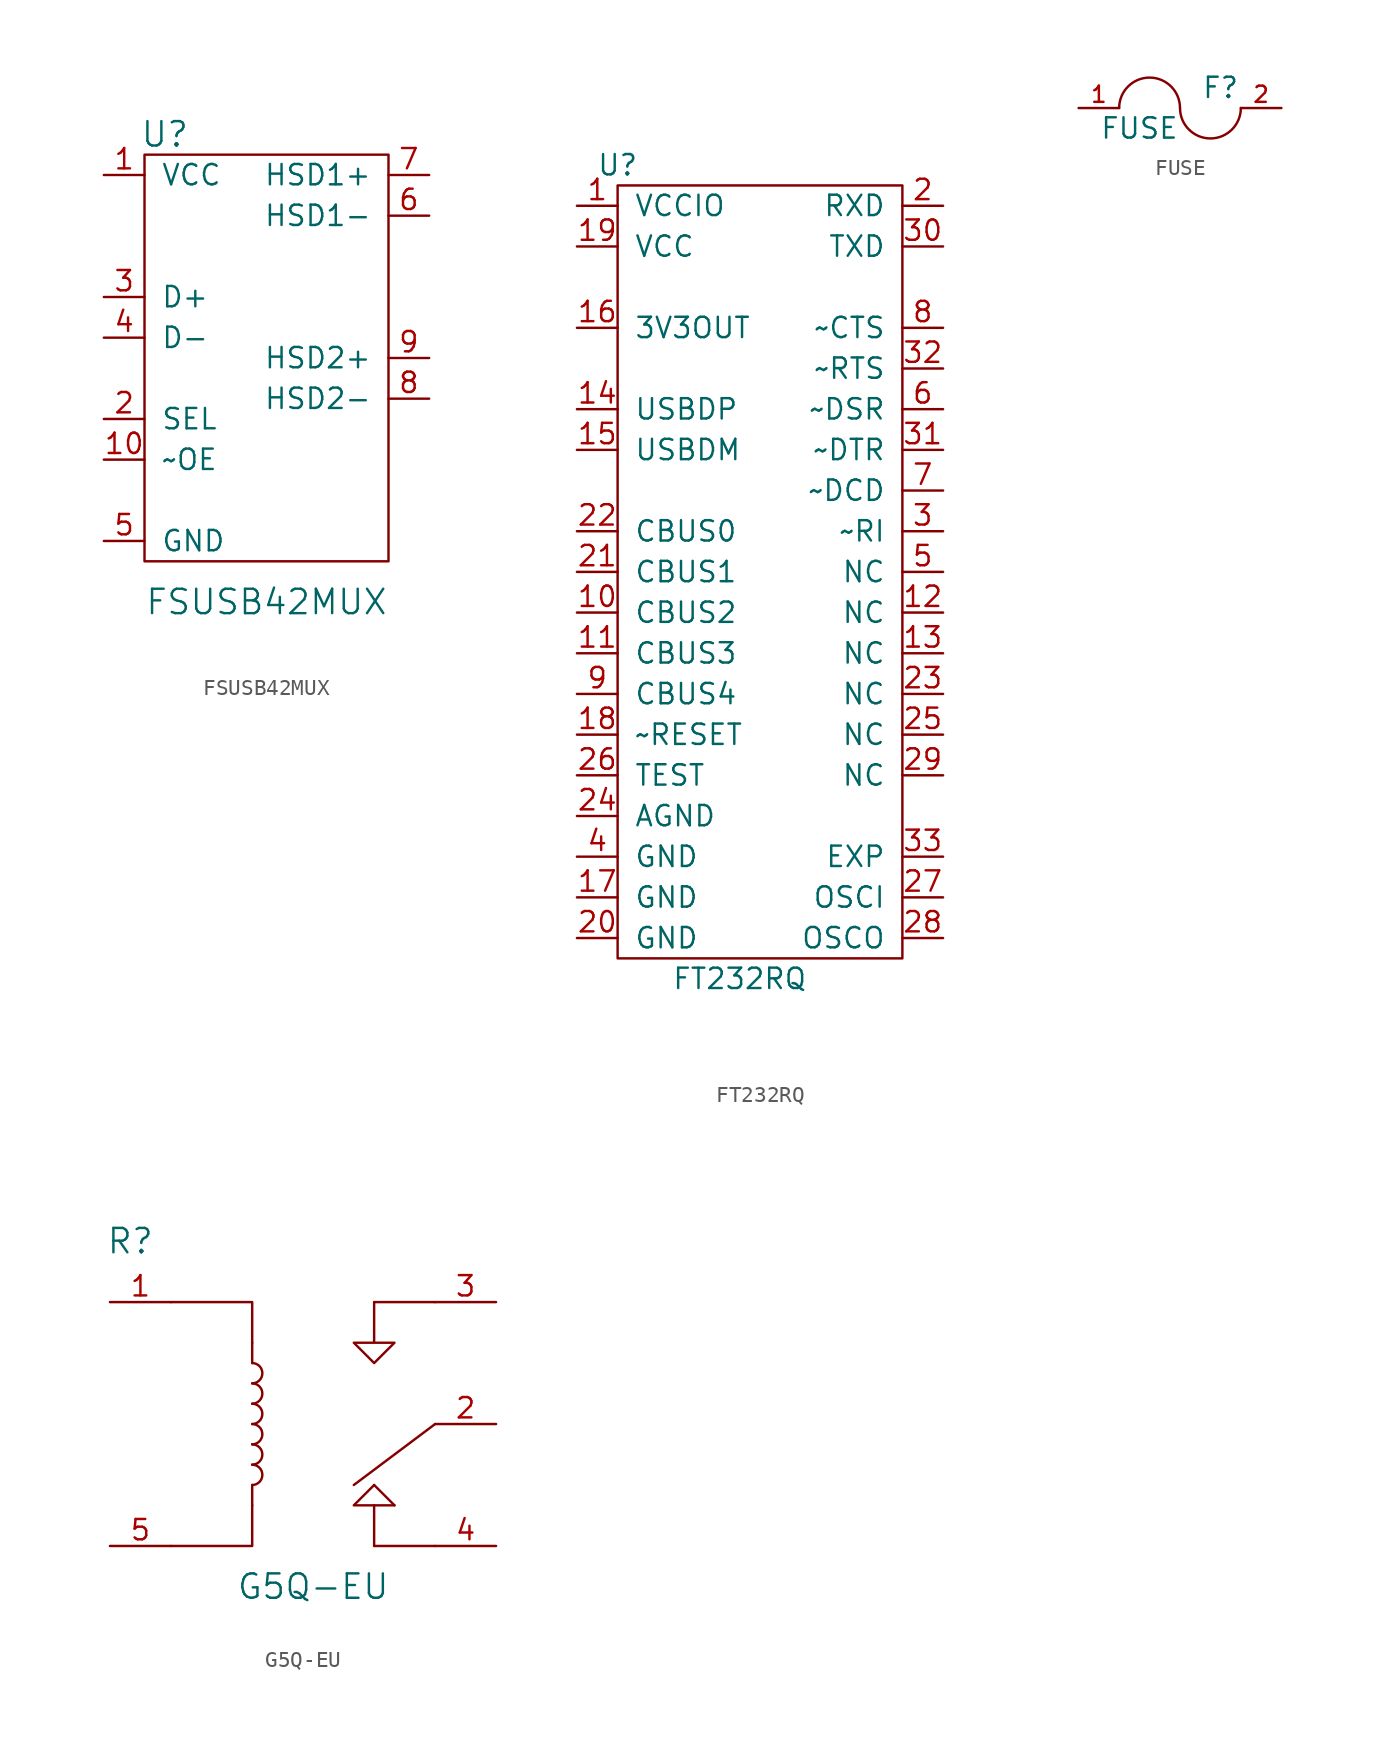
<source format=kicad_sym>
(kicad_symbol_lib
  (version 20210619)
  (generator kicad_symbol_editor)
  (symbol "tinkerforge:FSUSB42MUX"
    (pin_names
      (offset 1.016))
    (property "Reference" "U"
      (at -6.35 15.24 0)
      (effects (font (size 1.524 1.524))))
    (property "Value" "FSUSB42MUX"
      (at 0 -13.97 0)
      (effects (font (size 1.524 1.524))))
    (symbol "FSUSB42MUX_0_1"
      (rectangle (start -7.62 13.97) (end 7.62 -11.43) (stroke (width 0)) (fill (type none))))
    (symbol "FSUSB42MUX_1_1"
      (pin passive line (at -10.16 12.7 0) (length 2.54) (name "VCC" (effects (font (size 1.27 1.27)))) (number "1" (effects (font (size 1.27 1.27)))))
      (pin passive line (at -10.16 -5.08 0) (length 2.54) (name "~OE" (effects (font (size 1.27 1.27)))) (number "10" (effects (font (size 1.27 1.27)))))
      (pin passive line (at -10.16 -2.54 0) (length 2.54) (name "SEL" (effects (font (size 1.27 1.27)))) (number "2" (effects (font (size 1.27 1.27)))))
      (pin passive line (at -10.16 5.08 0) (length 2.54) (name "D+" (effects (font (size 1.27 1.27)))) (number "3" (effects (font (size 1.27 1.27)))))
      (pin passive line (at -10.16 2.54 0) (length 2.54) (name "D-" (effects (font (size 1.27 1.27)))) (number "4" (effects (font (size 1.27 1.27)))))
      (pin passive line (at -10.16 -10.16 0) (length 2.54) (name "GND" (effects (font (size 1.27 1.27)))) (number "5" (effects (font (size 1.27 1.27)))))
      (pin passive line (at 10.16 10.16 180) (length 2.54) (name "HSD1-" (effects (font (size 1.27 1.27)))) (number "6" (effects (font (size 1.27 1.27)))))
      (pin passive line (at 10.16 12.7 180) (length 2.54) (name "HSD1+" (effects (font (size 1.27 1.27)))) (number "7" (effects (font (size 1.27 1.27)))))
      (pin passive line (at 10.16 -1.27 180) (length 2.54) (name "HSD2-" (effects (font (size 1.27 1.27)))) (number "8" (effects (font (size 1.27 1.27)))))
      (pin passive line (at 10.16 1.27 180) (length 2.54) (name "HSD2+" (effects (font (size 1.27 1.27)))) (number "9" (effects (font (size 1.27 1.27)))))))
  (symbol "tinkerforge:FT232RQ"
    (pin_names
      (offset 1.016))
    (property "Reference" "U"
      (at -8.89 25.4 0)
      (effects (font (size 1.27 1.27))))
    (property "Value" "FT232RQ"
      (at -1.27 -25.4 0)
      (effects (font (size 1.27 1.27))))
    (symbol "FT232RQ_0_1"
      (rectangle (start -8.89 24.13) (end 8.89 -24.13) (stroke (width 0)) (fill (type none))))
    (symbol "FT232RQ_1_1"
      (pin passive line (at -11.43 22.86 0) (length 2.54) (name "VCCIO" (effects (font (size 1.27 1.27)))) (number "1" (effects (font (size 1.27 1.27)))))
      (pin passive line (at -11.43 -2.54 0) (length 2.54) (name "CBUS2" (effects (font (size 1.27 1.27)))) (number "10" (effects (font (size 1.27 1.27)))))
      (pin passive line (at -11.43 -5.08 0) (length 2.54) (name "CBUS3" (effects (font (size 1.27 1.27)))) (number "11" (effects (font (size 1.27 1.27)))))
      (pin passive line (at 11.43 -2.54 180) (length 2.54) (name "NC" (effects (font (size 1.27 1.27)))) (number "12" (effects (font (size 1.27 1.27)))))
      (pin passive line (at 11.43 -5.08 180) (length 2.54) (name "NC" (effects (font (size 1.27 1.27)))) (number "13" (effects (font (size 1.27 1.27)))))
      (pin passive line (at -11.43 10.16 0) (length 2.54) (name "USBDP" (effects (font (size 1.27 1.27)))) (number "14" (effects (font (size 1.27 1.27)))))
      (pin passive line (at -11.43 7.62 0) (length 2.54) (name "USBDM" (effects (font (size 1.27 1.27)))) (number "15" (effects (font (size 1.27 1.27)))))
      (pin passive line (at -11.43 15.24 0) (length 2.54) (name "3V3OUT" (effects (font (size 1.27 1.27)))) (number "16" (effects (font (size 1.27 1.27)))))
      (pin passive line (at -11.43 -20.32 0) (length 2.54) (name "GND" (effects (font (size 1.27 1.27)))) (number "17" (effects (font (size 1.27 1.27)))))
      (pin passive line (at -11.43 -10.16 0) (length 2.54) (name "~RESET" (effects (font (size 1.27 1.27)))) (number "18" (effects (font (size 1.27 1.27)))))
      (pin passive line (at -11.43 20.32 0) (length 2.54) (name "VCC" (effects (font (size 1.27 1.27)))) (number "19" (effects (font (size 1.27 1.27)))))
      (pin passive line (at 11.43 22.86 180) (length 2.54) (name "RXD" (effects (font (size 1.27 1.27)))) (number "2" (effects (font (size 1.27 1.27)))))
      (pin passive line (at -11.43 -22.86 0) (length 2.54) (name "GND" (effects (font (size 1.27 1.27)))) (number "20" (effects (font (size 1.27 1.27)))))
      (pin passive line (at -11.43 0 0) (length 2.54) (name "CBUS1" (effects (font (size 1.27 1.27)))) (number "21" (effects (font (size 1.27 1.27)))))
      (pin passive line (at -11.43 2.54 0) (length 2.54) (name "CBUS0" (effects (font (size 1.27 1.27)))) (number "22" (effects (font (size 1.27 1.27)))))
      (pin passive line (at 11.43 -7.62 180) (length 2.54) (name "NC" (effects (font (size 1.27 1.27)))) (number "23" (effects (font (size 1.27 1.27)))))
      (pin passive line (at -11.43 -15.24 0) (length 2.54) (name "AGND" (effects (font (size 1.27 1.27)))) (number "24" (effects (font (size 1.27 1.27)))))
      (pin passive line (at 11.43 -10.16 180) (length 2.54) (name "NC" (effects (font (size 1.27 1.27)))) (number "25" (effects (font (size 1.27 1.27)))))
      (pin passive line (at -11.43 -12.7 0) (length 2.54) (name "TEST" (effects (font (size 1.27 1.27)))) (number "26" (effects (font (size 1.27 1.27)))))
      (pin passive line (at 11.43 -20.32 180) (length 2.54) (name "OSCI" (effects (font (size 1.27 1.27)))) (number "27" (effects (font (size 1.27 1.27)))))
      (pin passive line (at 11.43 -22.86 180) (length 2.54) (name "OSCO" (effects (font (size 1.27 1.27)))) (number "28" (effects (font (size 1.27 1.27)))))
      (pin passive line (at 11.43 -12.7 180) (length 2.54) (name "NC" (effects (font (size 1.27 1.27)))) (number "29" (effects (font (size 1.27 1.27)))))
      (pin passive line (at 11.43 2.54 180) (length 2.54) (name "~RI" (effects (font (size 1.27 1.27)))) (number "3" (effects (font (size 1.27 1.27)))))
      (pin passive line (at 11.43 20.32 180) (length 2.54) (name "TXD" (effects (font (size 1.27 1.27)))) (number "30" (effects (font (size 1.27 1.27)))))
      (pin passive line (at 11.43 7.62 180) (length 2.54) (name "~DTR" (effects (font (size 1.27 1.27)))) (number "31" (effects (font (size 1.27 1.27)))))
      (pin passive line (at 11.43 12.7 180) (length 2.54) (name "~RTS" (effects (font (size 1.27 1.27)))) (number "32" (effects (font (size 1.27 1.27)))))
      (pin passive line (at 11.43 -17.78 180) (length 2.54) (name "EXP" (effects (font (size 1.27 1.27)))) (number "33" (effects (font (size 1.27 1.27)))))
      (pin passive line (at -11.43 -17.78 0) (length 2.54) (name "GND" (effects (font (size 1.27 1.27)))) (number "4" (effects (font (size 1.27 1.27)))))
      (pin passive line (at 11.43 0 180) (length 2.54) (name "NC" (effects (font (size 1.27 1.27)))) (number "5" (effects (font (size 1.27 1.27)))))
      (pin passive line (at 11.43 10.16 180) (length 2.54) (name "~DSR" (effects (font (size 1.27 1.27)))) (number "6" (effects (font (size 1.27 1.27)))))
      (pin passive line (at 11.43 5.08 180) (length 2.54) (name "~DCD" (effects (font (size 1.27 1.27)))) (number "7" (effects (font (size 1.27 1.27)))))
      (pin passive line (at 11.43 15.24 180) (length 2.54) (name "~CTS" (effects (font (size 1.27 1.27)))) (number "8" (effects (font (size 1.27 1.27)))))
      (pin passive line (at -11.43 -7.62 0) (length 2.54) (name "CBUS4" (effects (font (size 1.27 1.27)))) (number "9" (effects (font (size 1.27 1.27)))))))
  (symbol "tinkerforge:FUSE"
    (pin_names
      (offset 0.254))
    (property "Reference" "F"
      (at 2.54 1.27 0)
      (effects (font (size 1.27 1.27))))
    (property "Value" "FUSE"
      (at -2.54 -1.27 0)
      (effects (font (size 1.27 1.27))))
    (property "Footprint" ""
      (at 0 0 0)
      (effects (font (size 1.27 1.27))))
    (property "Datasheet" ""
      (at 0 0 0)
      (effects (font (size 1.27 1.27))))
    (symbol "FUSE_0_1"
      (arc (start 0 0) (end -3.81 0) (radius (at -1.905 0) (length 1.905) (angles 0.1 179.9)) (stroke (width 0)) (fill (type none)))
      (arc (start 0 0) (end 3.81 0) (radius (at 1.905 0) (length 1.905) (angles -179.9 -0.1)) (stroke (width 0)) (fill (type none))))
    (symbol "FUSE_1_1"
      (pin input line (at -6.35 0 0) (length 2.54) (name "~" (effects (font (size 1.016 1.016)))) (number "1" (effects (font (size 1.016 1.016)))))
      (pin input line (at 6.35 0 180) (length 2.54) (name "~" (effects (font (size 1.016 1.016)))) (number "2" (effects (font (size 1.016 1.016)))))))
  (symbol "tinkerforge:G5Q-EU"
    (pin_names
      (offset 1.016))
    (property "Reference" "R"
      (at -11.43 11.43 0)
      (effects (font (size 1.524 1.524))))
    (property "Value" "G5Q-EU"
      (at 0 -10.16 0)
      (effects (font (size 1.524 1.524))))
    (property "Footprint" ""
      (at -3.81 0 0)
      (effects (font (size 1.524 1.524))))
    (property "Datasheet" ""
      (at -3.81 0 0)
      (effects (font (size 1.524 1.524))))
    (symbol "G5Q-EU_0_1"
      (arc (start -3.81 -3.81) (end -3.81 -2.54) (radius (at -3.81 -3.175) (length 0.635) (angles -89.9 89.9)) (stroke (width 0)) (fill (type none)))
      (arc (start -3.81 -2.54) (end -3.81 -1.27) (radius (at -3.81 -1.905) (length 0.635) (angles -89.9 89.9)) (stroke (width 0)) (fill (type none)))
      (arc (start -3.81 -1.27) (end -3.81 0) (radius (at -3.81 -0.635) (length 0.635) (angles -89.9 89.9)) (stroke (width 0)) (fill (type none)))
      (arc (start -3.81 0) (end -3.81 1.27) (radius (at -3.81 0.635) (length 0.635) (angles -89.9 89.9)) (stroke (width 0)) (fill (type none)))
      (arc (start -3.81 1.27) (end -3.81 2.54) (radius (at -3.81 1.905) (length 0.635) (angles -89.9 89.9)) (stroke (width 0)) (fill (type none)))
      (arc (start -3.81 2.54) (end -3.81 3.81) (radius (at -3.81 3.175) (length 0.635) (angles -89.9 89.9)) (stroke (width 0)) (fill (type none)))
      (rectangle (start -3.81 -5.08) (end -3.81 -3.81) (stroke (width 0)) (fill (type none)))
      (rectangle (start -3.81 3.81) (end -3.81 5.08) (stroke (width 0)) (fill (type none)))
      (polyline (pts (xy 3.81 -7.62) (xy 7.62 -7.62)) (stroke (width 0)) (fill (type none)))
      (polyline (pts (xy 3.81 7.62) (xy 7.62 7.62)) (stroke (width 0)) (fill (type none)))
      (polyline (pts (xy 7.62 0) (xy 2.54 -3.81)) (stroke (width 0)) (fill (type none)))
      (polyline (pts (xy 3.81 -5.08) (xy 5.08 -5.08) (xy 5.08 -5.08)) (stroke (width 0)) (fill (type none)))
      (polyline (pts (xy -8.89 -7.62) (xy -3.81 -7.62) (xy -3.81 -5.08) (xy -3.81 -5.08)) (stroke (width 0)) (fill (type none)))
      (polyline (pts (xy -8.89 7.62) (xy -3.81 7.62) (xy -3.81 5.08) (xy -3.81 5.08)) (stroke (width 0)) (fill (type none)))
      (polyline (pts (xy 5.08 -5.08) (xy 3.81 -3.81) (xy 3.81 -3.81) (xy 3.81 -3.81)) (stroke (width 0)) (fill (type none)))
      (polyline (pts (xy 3.81 -7.62) (xy 3.81 -5.08) (xy 2.54 -5.08) (xy 3.81 -3.81) (xy 3.81 -3.81)) (stroke (width 0)) (fill (type none)))
      (polyline (pts (xy 3.81 7.62) (xy 3.81 5.08) (xy 2.54 5.08) (xy 3.81 3.81) (xy 5.08 5.08) (xy 3.81 5.08) (xy 3.81 5.08)) (stroke (width 0)) (fill (type none))))
    (symbol "G5Q-EU_1_1"
      (pin passive line (at -12.7 7.62 0) (length 3.81) (name "~" (effects (font (size 1.27 1.27)))) (number "1" (effects (font (size 1.27 1.27)))))
      (pin passive line (at 11.43 0 180) (length 3.81) (name "~" (effects (font (size 1.27 1.27)))) (number "2" (effects (font (size 1.27 1.27)))))
      (pin passive line (at 11.43 7.62 180) (length 3.81) (name "~" (effects (font (size 1.27 1.27)))) (number "3" (effects (font (size 1.27 1.27)))))
      (pin passive line (at 11.43 -7.62 180) (length 3.81) (name "~" (effects (font (size 1.27 1.27)))) (number "4" (effects (font (size 1.27 1.27)))))
      (pin passive line (at -12.7 -7.62 0) (length 3.81) (name "~" (effects (font (size 1.27 1.27)))) (number "5" (effects (font (size 1.27 1.27))))))))
</source>
